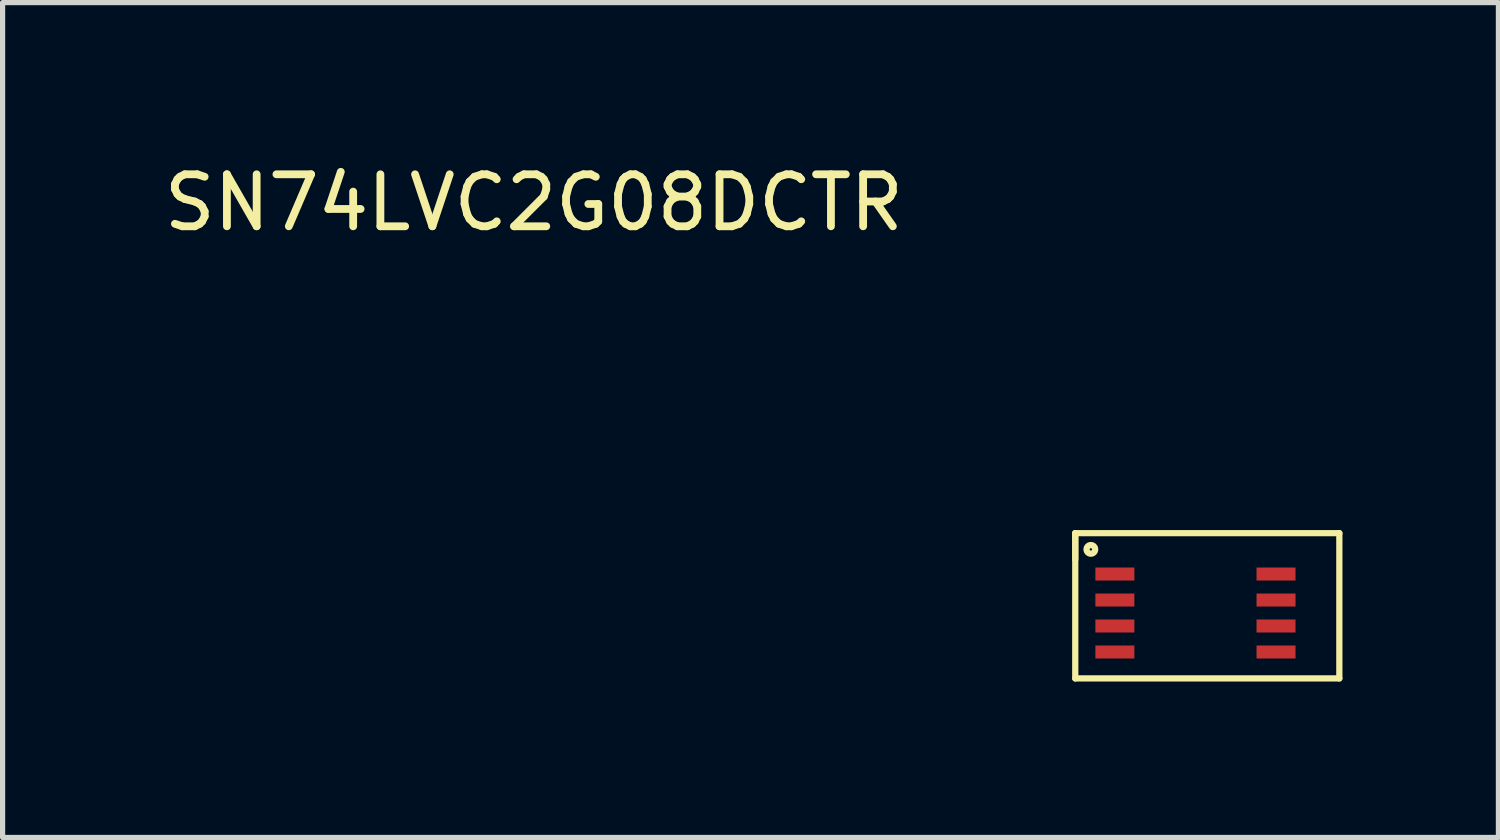
<source format=kicad_pcb>
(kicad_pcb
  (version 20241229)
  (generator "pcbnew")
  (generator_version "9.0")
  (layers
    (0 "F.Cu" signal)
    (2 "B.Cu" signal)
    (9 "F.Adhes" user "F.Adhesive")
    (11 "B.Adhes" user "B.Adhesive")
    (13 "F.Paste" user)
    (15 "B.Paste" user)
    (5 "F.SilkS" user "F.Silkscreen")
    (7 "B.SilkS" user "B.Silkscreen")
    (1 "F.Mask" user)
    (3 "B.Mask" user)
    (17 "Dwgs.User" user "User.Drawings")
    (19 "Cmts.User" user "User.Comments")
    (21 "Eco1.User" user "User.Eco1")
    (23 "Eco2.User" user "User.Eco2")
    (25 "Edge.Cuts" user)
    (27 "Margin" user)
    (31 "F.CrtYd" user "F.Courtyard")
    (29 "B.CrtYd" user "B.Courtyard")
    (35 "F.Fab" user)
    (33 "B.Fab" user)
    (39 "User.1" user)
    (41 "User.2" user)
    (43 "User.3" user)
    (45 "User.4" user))
  (footprint "SN74LVC2G08DCTR"
    (layer "F.Cu")
    (at 19.92 8.73)
    (property "Reference" "SN74LVC2G08DCTR" (at -12.7 -7.882 0) (layer "F.SilkS") (effects (font (size 1 1) (thickness 0.15))))
    (attr through_hole)
    (fp_line (start -2.286 -1.524) (end -2.286 -1.016) (stroke (width 0.12) (type solid)) (layer "F.SilkS"))
    (fp_line (start -2.286 -1.524) (end 2.794 -1.524) (stroke (width 0.12) (type solid)) (layer "F.SilkS"))
    (fp_line (start -2.286 1.27) (end -2.286 -1.524) (stroke (width 0.12) (type solid)) (layer "F.SilkS"))
    (fp_line (start 2.794 -1.524) (end 2.794 1.27) (stroke (width 0.12) (type solid)) (layer "F.SilkS"))
    (fp_line (start 2.794 1.27) (end -2.286 1.27) (stroke (width 0.12) (type solid)) (layer "F.SilkS"))
    (fp_circle (center -1.986 -1.212) (end -1.984 -1.189) (stroke (width 0.12) (type solid)) (fill no) (layer "F.SilkS"))
    (pad "1" smd rect (at -1.524 -0.738 90) (size 0.25 0.75) (layers "F.Cu" "F.Mask" "F.Paste"))
    (pad "2" smd rect (at -1.524 -0.238 90) (size 0.25 0.75) (layers "F.Cu" "F.Mask" "F.Paste"))
    (pad "3" smd rect (at -1.524 0.262 90) (size 0.25 0.75) (layers "F.Cu" "F.Mask" "F.Paste"))
    (pad "4" smd rect (at -1.524 0.762 90) (size 0.25 0.75) (layers "F.Cu" "F.Mask" "F.Paste"))
    (pad "5" smd rect (at 1.576 0.762 90) (size 0.25 0.75) (layers "F.Cu" "F.Mask" "F.Paste"))
    (pad "6" smd rect (at 1.576 0.262 90) (size 0.25 0.75) (layers "F.Cu" "F.Mask" "F.Paste"))
    (pad "7" smd rect (at 1.576 -0.238 90) (size 0.25 0.75) (layers "F.Cu" "F.Mask" "F.Paste"))
    (pad "8" smd rect (at 1.576 -0.738 90) (size 0.25 0.75) (layers "F.Cu" "F.Mask" "F.Paste")))
  (gr_rect
    (start -3 -3)
    (end 25.774 13.06)
    (stroke (width 0.1) (type default))
    (fill no)
    (layer "Edge.Cuts")))
</source>
